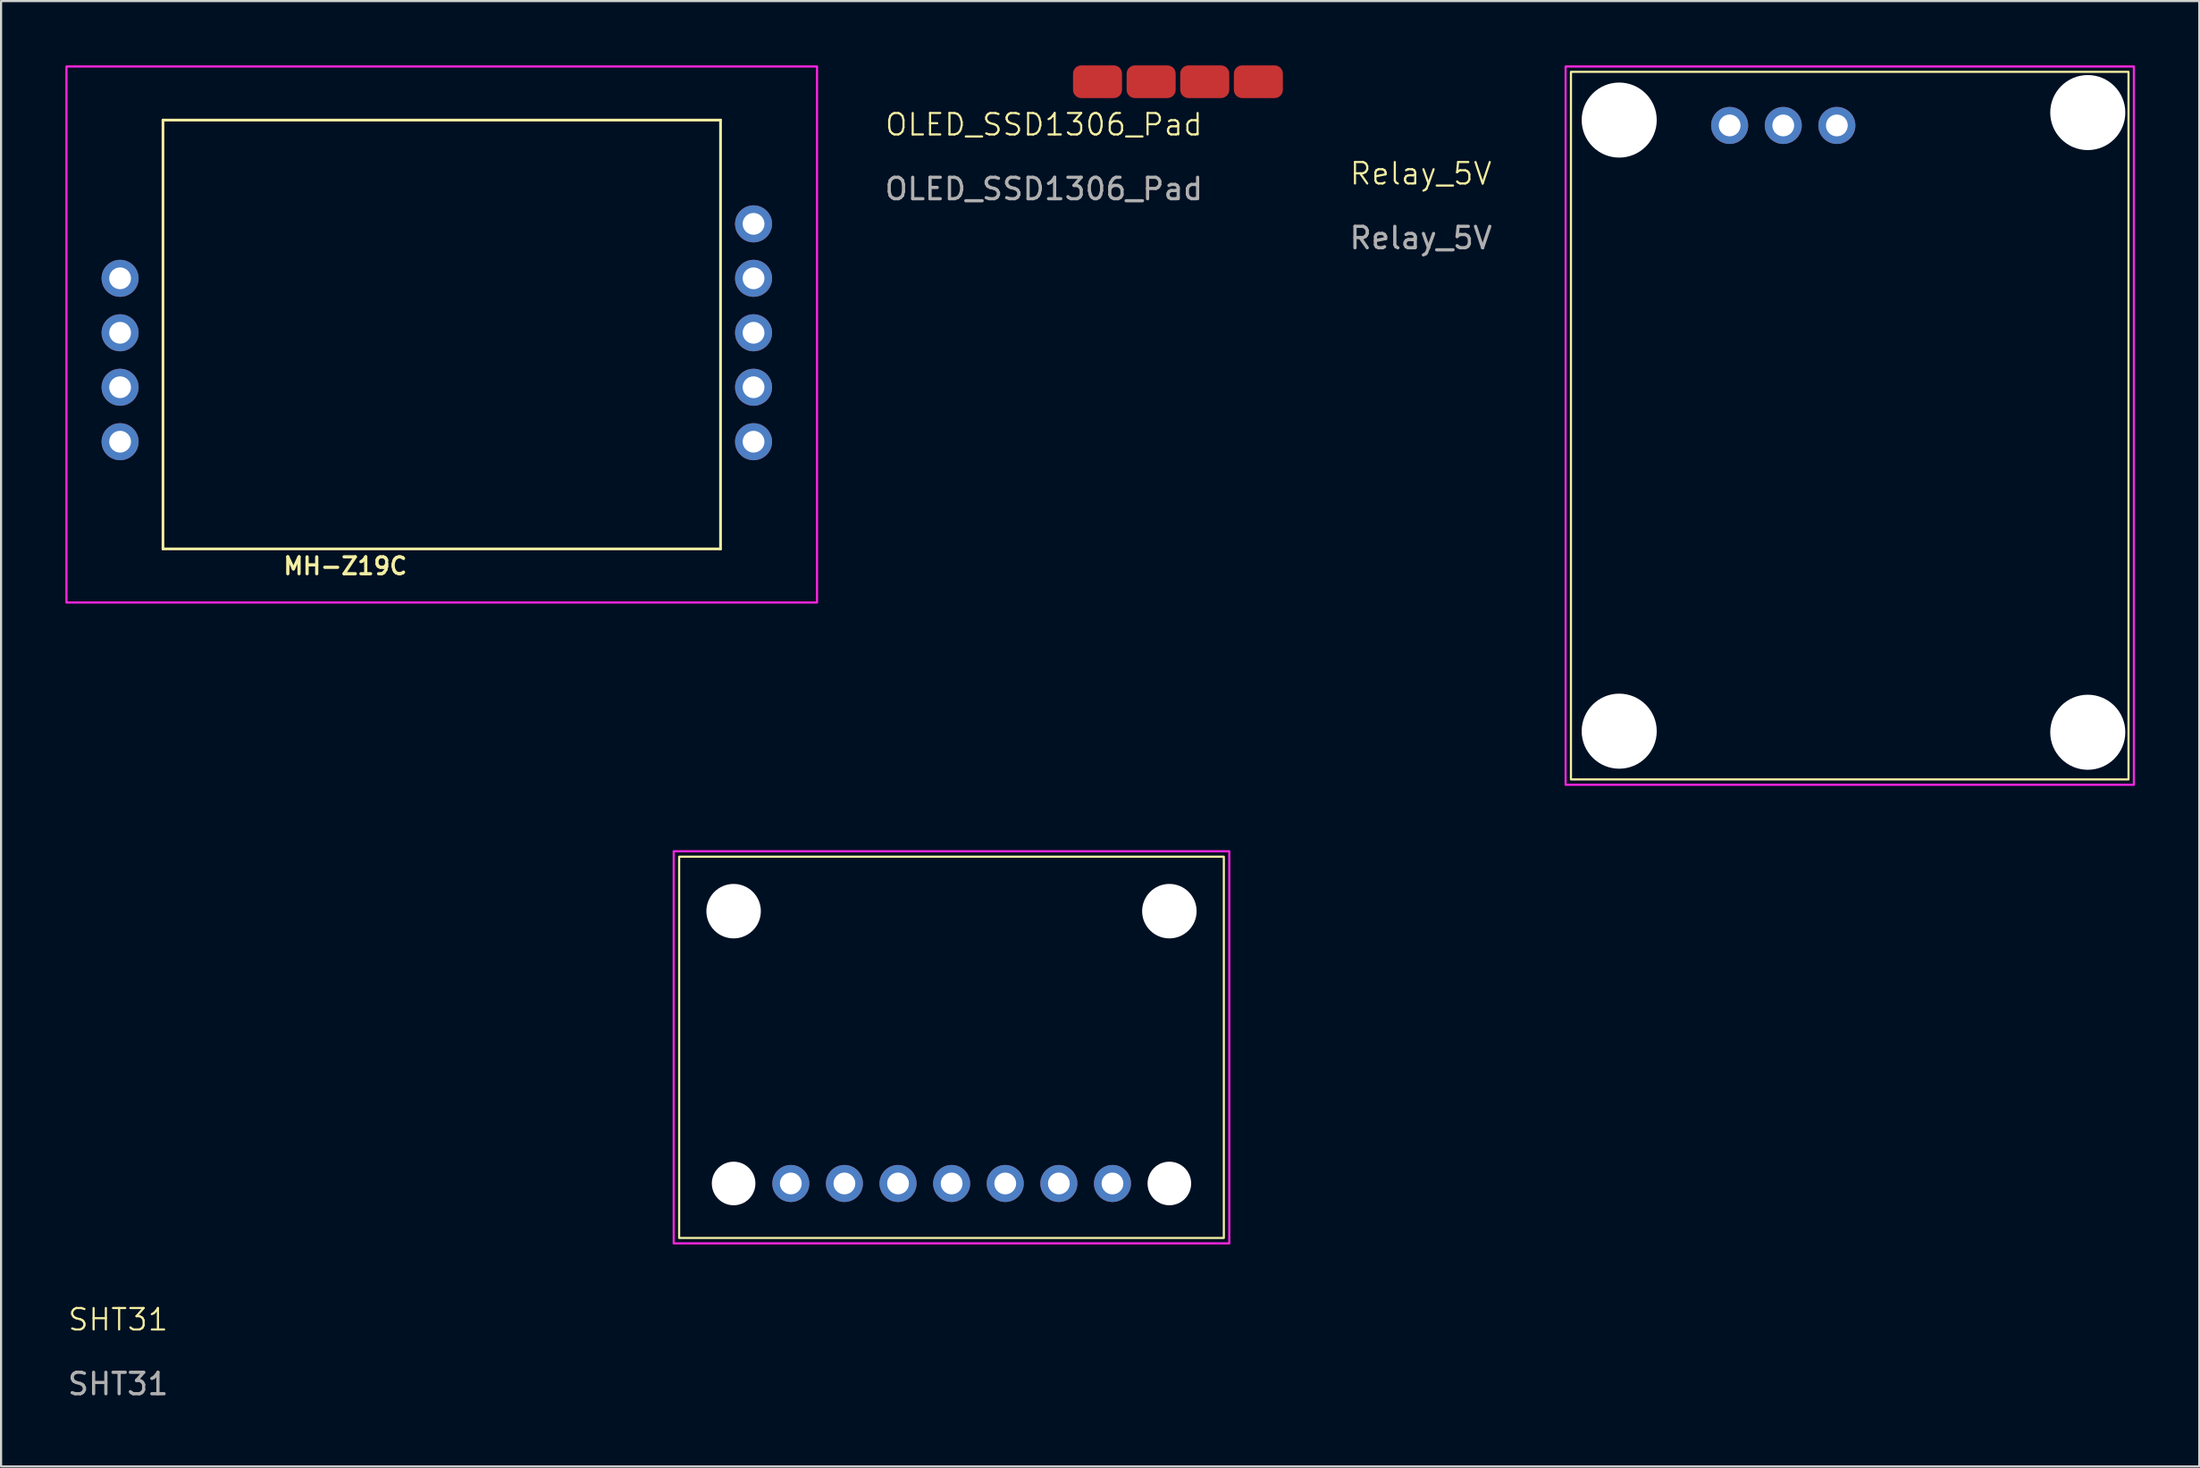
<source format=kicad_pcb>
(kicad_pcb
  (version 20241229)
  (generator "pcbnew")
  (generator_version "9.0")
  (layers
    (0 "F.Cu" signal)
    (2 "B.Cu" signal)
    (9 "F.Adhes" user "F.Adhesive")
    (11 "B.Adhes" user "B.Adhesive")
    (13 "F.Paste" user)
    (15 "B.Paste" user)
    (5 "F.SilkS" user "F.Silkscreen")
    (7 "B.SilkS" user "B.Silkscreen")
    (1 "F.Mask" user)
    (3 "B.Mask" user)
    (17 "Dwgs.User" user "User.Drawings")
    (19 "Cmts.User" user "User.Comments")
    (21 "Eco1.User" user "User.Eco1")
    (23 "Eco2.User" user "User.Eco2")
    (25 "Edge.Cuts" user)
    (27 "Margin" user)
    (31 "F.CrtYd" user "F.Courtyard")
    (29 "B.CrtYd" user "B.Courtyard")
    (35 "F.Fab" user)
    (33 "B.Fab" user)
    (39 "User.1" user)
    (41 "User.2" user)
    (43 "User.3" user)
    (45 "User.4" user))
  (footprint "SHT31"
    (layer "F.Cu")
    (at 8.3 57.224)
    (property "Reference" "SHT31" (at -5.842 1.27 0) (unlocked yes) (layer "F.SilkS") (effects (font (size 1 1) (thickness 0.1))))
    (attr smd)
    (fp_rect (start 20.32 -20.32) (end 45.72 -2.54) (stroke (width 0.1) (type default)) (fill no) (layer "F.SilkS"))
    (fp_rect (start 20.066 -20.574) (end 45.974 -2.286) (stroke (width 0.1) (type default)) (fill no) (layer "F.CrtYd"))
    (fp_text user "${REFERENCE}" (at -5.842 4.27 0) (unlocked yes) (layer "F.Fab") (effects (font (size 1 1) (thickness 0.15))))
    (pad "" np_thru_hole circle (at 22.86 -17.78) (size 2.54 2.54) (drill 2.54) (layers "*.Cu" "*.Mask"))
    (pad "" np_thru_hole circle (at 22.86 -5.08) (size 2.032 2.032) (drill 2.032) (layers "*.Cu" "*.Mask"))
    (pad "" np_thru_hole circle (at 43.18 -17.78) (size 2.54 2.54) (drill 2.54) (layers "*.Cu" "*.Mask"))
    (pad "" np_thru_hole circle (at 43.18 -5.08) (size 2.032 2.032) (drill 2.032) (layers "*.Cu" "*.Mask"))
    (pad "1" thru_hole circle (at 25.527 -5.08) (size 1.727 1.727) (drill 1.016) (layers "*.Cu" "*.Mask"))
    (pad "2" thru_hole circle (at 28.027 -5.08) (size 1.727 1.727) (drill 1.016) (layers "*.Cu" "*.Mask"))
    (pad "3" thru_hole circle (at 30.527 -5.08) (size 1.727 1.727) (drill 1.016) (layers "*.Cu" "*.Mask"))
    (pad "4" thru_hole circle (at 33.027 -5.08) (size 1.727 1.727) (drill 1.016) (layers "*.Cu" "*.Mask"))
    (pad "5" thru_hole circle (at 35.527 -5.08) (size 1.727 1.727) (drill 1.016) (layers "*.Cu" "*.Mask"))
    (pad "6" thru_hole circle (at 38.027 -5.08) (size 1.727 1.727) (drill 1.016) (layers "*.Cu" "*.Mask"))
    (pad "7" thru_hole circle (at 40.527 -5.08) (size 1.727 1.727) (drill 1.016) (layers "*.Cu" "*.Mask")))
  (footprint "Relay_5V"
    (layer "F.Cu")
    (at 65.207 10.3)
    (property "Reference" "Relay_5V" (at -2 -5.25 0) (unlocked yes) (layer "F.SilkS") (effects (font (size 1 1) (thickness 0.1))))
    (attr through_hole)
    (fp_rect (start 5 -10) (end 31 23) (stroke (width 0.1) (type default)) (fill no) (layer "F.SilkS"))
    (fp_rect (start 4.75 -10.25) (end 31.25 23.25) (stroke (width 0.1) (type default)) (fill no) (layer "F.CrtYd"))
    (fp_text user "${REFERENCE}" (at -2 -2.25 0) (unlocked yes) (layer "F.Fab") (effects (font (size 1 1) (thickness 0.15))))
    (pad "" np_thru_hole circle (at 7.25 -7.75) (size 3.5 3.5) (drill 3.5) (layers "*.Cu" "*.Mask"))
    (pad "" np_thru_hole circle (at 7.25 20.75) (size 3.5 3.5) (drill 3.5) (layers "*.Cu" "*.Mask"))
    (pad "" np_thru_hole circle (at 29.1 -8.1) (size 3.5 3.5) (drill 3.5) (layers "*.Cu" "*.Mask"))
    (pad "" np_thru_hole circle (at 29.1 20.8) (size 3.5 3.5) (drill 3.5) (layers "*.Cu" "*.Mask"))
    (pad "1" thru_hole circle (at 17.4 -7.5) (size 1.727 1.727) (drill 1.016) (layers "*.Cu" "*.Mask"))
    (pad "2" thru_hole circle (at 14.9 -7.5) (size 1.727 1.727) (drill 1.016) (layers "*.Cu" "*.Mask"))
    (pad "3" thru_hole circle (at 12.4 -7.5) (size 1.727 1.727) (drill 1.016) (layers "*.Cu" "*.Mask")))
  (footprint "OLED_SSD1306_Pad"
    (layer "F.Cu")
    (at 45.63 3.262)
    (property "Reference" "OLED_SSD1306_Pad" (at 0 -0.5 0) (unlocked yes) (layer "F.SilkS") (effects (font (size 1 1) (thickness 0.1))))
    (attr smd)
    (fp_text user "${REFERENCE}" (at 0 2.5 0) (unlocked yes) (layer "F.Fab") (effects (font (size 1 1) (thickness 0.15))))
    (pad "1" smd roundrect (at 2.5 -2.5) (size 2.286 1.524) (layers "F.Cu" "F.Mask" "F.Paste") (roundrect_rratio 0.25))
    (pad "2" smd roundrect (at 5 -2.5) (size 2.286 1.524) (layers "F.Cu" "F.Mask" "F.Paste") (roundrect_rratio 0.25))
    (pad "3" smd roundrect (at 7.5 -2.5) (size 2.286 1.524) (layers "F.Cu" "F.Mask" "F.Paste") (roundrect_rratio 0.25))
    (pad "4" smd roundrect (at 10 -2.5) (size 2.286 1.524) (layers "F.Cu" "F.Mask" "F.Paste") (roundrect_rratio 0.25)))
  (footprint "MH-Z19C"
    (layer "F.Cu")
    (at 2.55 17.55)
    (property "Reference" "MH-Z19C" (at 10.5 5.8 0) (layer "F.SilkS") (effects (font (size 0.787 0.787) (thickness 0.15))))
    (attr through_hole)
    (fp_line (start 2 -15) (end 28 -15) (stroke (width 0.127) (type solid)) (layer "F.SilkS"))
    (fp_line (start 2 5) (end 2 -15) (stroke (width 0.127) (type solid)) (layer "F.SilkS"))
    (fp_line (start 28 -15) (end 28 5) (stroke (width 0.127) (type solid)) (layer "F.SilkS"))
    (fp_line (start 28 5) (end 2 5) (stroke (width 0.127) (type solid)) (layer "F.SilkS"))
    (fp_rect (start -2.5 -17.5) (end 32.5 7.5) (stroke (width 0.1) (type default)) (fill no) (layer "F.CrtYd"))
    (pad "1" thru_hole circle (at 0 0) (size 1.727 1.727) (drill 1.016) (layers "*.Cu" "*.Mask"))
    (pad "2" thru_hole circle (at 0 -2.54) (size 1.727 1.727) (drill 1.016) (layers "*.Cu" "*.Mask"))
    (pad "3" thru_hole circle (at 0 -5.08) (size 1.727 1.727) (drill 1.016) (layers "*.Cu" "*.Mask"))
    (pad "4" thru_hole circle (at 0 -7.62) (size 1.727 1.727) (drill 1.016) (layers "*.Cu" "*.Mask"))
    (pad "5" thru_hole circle (at 29.54 0) (size 1.727 1.727) (drill 1.016) (layers "*.Cu" "*.Mask"))
    (pad "6" thru_hole circle (at 29.54 -2.54) (size 1.727 1.727) (drill 1.016) (layers "*.Cu" "*.Mask"))
    (pad "7" thru_hole circle (at 29.54 -5.08) (size 1.727 1.727) (drill 1.016) (layers "*.Cu" "*.Mask"))
    (pad "8" thru_hole circle (at 29.54 -7.62) (size 1.727 1.727) (drill 1.016) (layers "*.Cu" "*.Mask"))
    (pad "9" thru_hole circle (at 29.54 -10.16) (size 1.727 1.727) (drill 1.016) (layers "*.Cu" "*.Mask")))
  (gr_rect
    (start -3 -3)
    (end 99.507 65.342)
    (stroke (width 0.1) (type default))
    (fill no)
    (layer "Edge.Cuts")))
</source>
